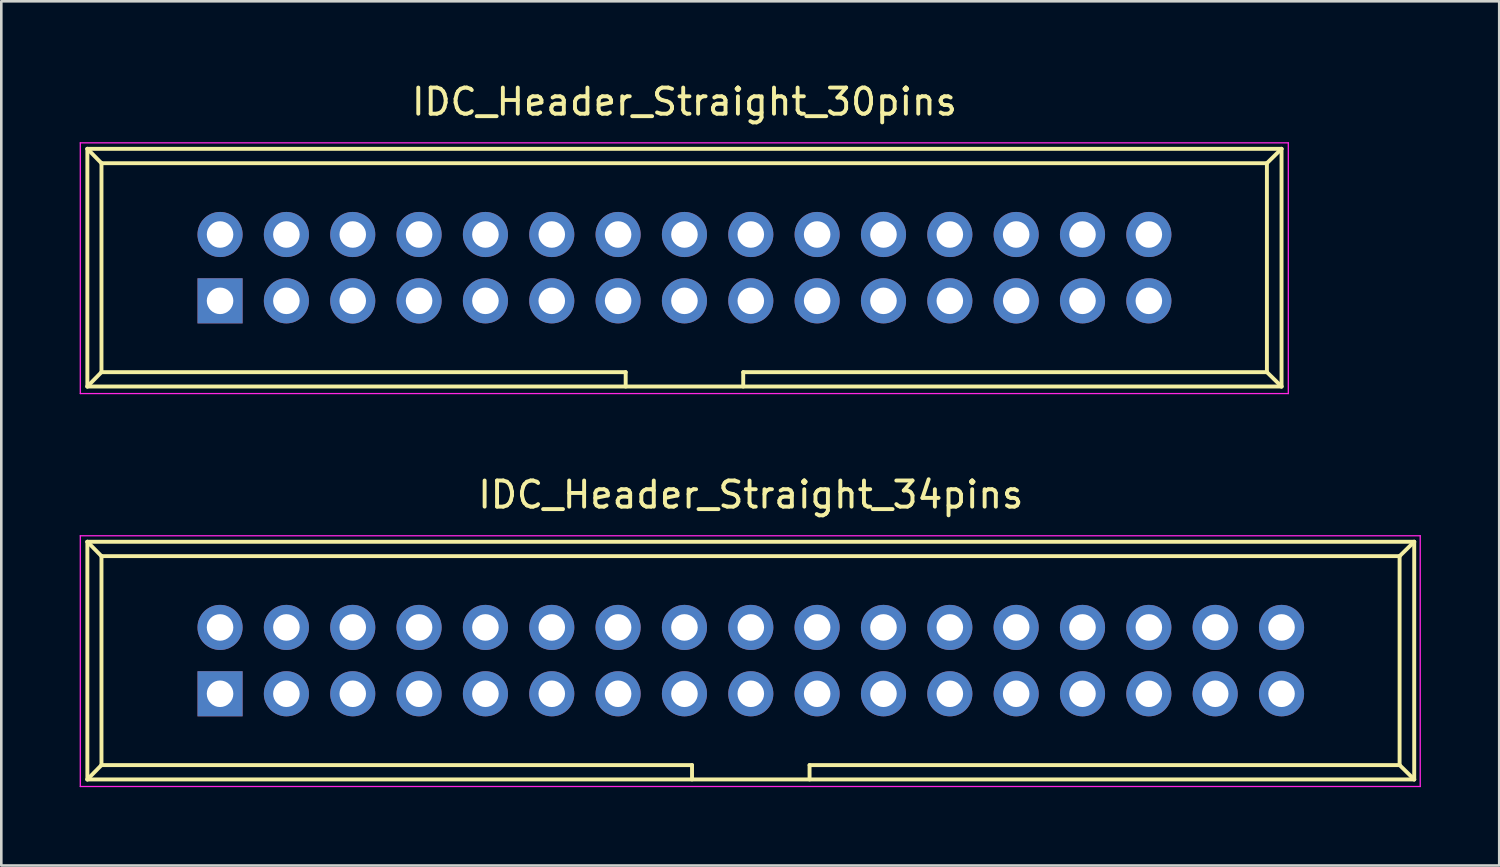
<source format=kicad_pcb>
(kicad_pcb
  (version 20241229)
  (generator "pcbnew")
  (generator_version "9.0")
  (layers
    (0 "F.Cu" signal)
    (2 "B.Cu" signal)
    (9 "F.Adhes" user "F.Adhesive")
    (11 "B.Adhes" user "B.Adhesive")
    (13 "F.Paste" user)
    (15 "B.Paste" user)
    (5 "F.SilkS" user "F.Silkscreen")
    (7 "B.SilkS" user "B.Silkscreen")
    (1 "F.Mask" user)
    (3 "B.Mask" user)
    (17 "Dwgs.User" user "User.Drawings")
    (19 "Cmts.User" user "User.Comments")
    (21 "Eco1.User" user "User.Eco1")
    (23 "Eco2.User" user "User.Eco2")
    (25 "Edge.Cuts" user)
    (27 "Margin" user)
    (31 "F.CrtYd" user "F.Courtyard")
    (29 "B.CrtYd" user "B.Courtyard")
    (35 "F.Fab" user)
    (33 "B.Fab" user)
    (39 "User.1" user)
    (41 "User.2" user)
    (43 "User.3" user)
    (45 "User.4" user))
  (footprint "IDC_Header_Straight_30pins"
    (layer "F.Cu")
    (at 5.375 8.468)
    (property "Reference" "IDC_Header_Straight_30pins" (at 17.78 -7.62 0) (layer "F.SilkS") (effects (font (size 1 1) (thickness 0.15))))
    (attr through_hole)
    (fp_line (start -5.08 -5.82) (end -5.08 3.28) (stroke (width 0.15) (type solid)) (layer "F.SilkS"))
    (fp_line (start -5.08 -5.82) (end -4.54 -5.27) (stroke (width 0.15) (type solid)) (layer "F.SilkS"))
    (fp_line (start -5.08 -5.82) (end 40.64 -5.82) (stroke (width 0.15) (type solid)) (layer "F.SilkS"))
    (fp_line (start -5.08 3.28) (end -4.54 2.73) (stroke (width 0.15) (type solid)) (layer "F.SilkS"))
    (fp_line (start -5.08 3.28) (end 40.64 3.28) (stroke (width 0.15) (type solid)) (layer "F.SilkS"))
    (fp_line (start -4.54 -5.27) (end -4.54 2.73) (stroke (width 0.15) (type solid)) (layer "F.SilkS"))
    (fp_line (start -4.54 -5.27) (end 40.08 -5.27) (stroke (width 0.15) (type solid)) (layer "F.SilkS"))
    (fp_line (start -4.54 2.73) (end 15.53 2.73) (stroke (width 0.15) (type solid)) (layer "F.SilkS"))
    (fp_line (start 15.53 2.73) (end 15.53 3.28) (stroke (width 0.15) (type solid)) (layer "F.SilkS"))
    (fp_line (start 20.03 2.73) (end 20.03 3.28) (stroke (width 0.15) (type solid)) (layer "F.SilkS"))
    (fp_line (start 20.03 2.73) (end 40.08 2.73) (stroke (width 0.15) (type solid)) (layer "F.SilkS"))
    (fp_line (start 40.08 -5.27) (end 40.08 2.73) (stroke (width 0.15) (type solid)) (layer "F.SilkS"))
    (fp_line (start 40.64 -5.82) (end 40.08 -5.27) (stroke (width 0.15) (type solid)) (layer "F.SilkS"))
    (fp_line (start 40.64 -5.82) (end 40.64 3.28) (stroke (width 0.15) (type solid)) (layer "F.SilkS"))
    (fp_line (start 40.64 3.28) (end 40.08 2.73) (stroke (width 0.15) (type solid)) (layer "F.SilkS"))
    (fp_line (start -5.35 -6.05) (end 40.9 -6.05) (stroke (width 0.05) (type solid)) (layer "F.CrtYd"))
    (fp_line (start -5.35 3.55) (end -5.35 -6.05) (stroke (width 0.05) (type solid)) (layer "F.CrtYd"))
    (fp_line (start 40.9 -6.05) (end 40.9 3.55) (stroke (width 0.05) (type solid)) (layer "F.CrtYd"))
    (fp_line (start 40.9 3.55) (end -5.35 3.55) (stroke (width 0.05) (type solid)) (layer "F.CrtYd"))
    (pad "1" thru_hole rect (at 0 0) (size 1.727 1.727) (drill 1.016) (layers "*.Cu" "*.Mask"))
    (pad "2" thru_hole oval (at 0 -2.54) (size 1.727 1.727) (drill 1.016) (layers "*.Cu" "*.Mask"))
    (pad "3" thru_hole oval (at 2.54 0) (size 1.727 1.727) (drill 1.016) (layers "*.Cu" "*.Mask"))
    (pad "4" thru_hole oval (at 2.54 -2.54) (size 1.727 1.727) (drill 1.016) (layers "*.Cu" "*.Mask"))
    (pad "5" thru_hole oval (at 5.08 0) (size 1.727 1.727) (drill 1.016) (layers "*.Cu" "*.Mask"))
    (pad "6" thru_hole oval (at 5.08 -2.54) (size 1.727 1.727) (drill 1.016) (layers "*.Cu" "*.Mask"))
    (pad "7" thru_hole oval (at 7.62 0) (size 1.727 1.727) (drill 1.016) (layers "*.Cu" "*.Mask"))
    (pad "8" thru_hole oval (at 7.62 -2.54) (size 1.727 1.727) (drill 1.016) (layers "*.Cu" "*.Mask"))
    (pad "9" thru_hole oval (at 10.16 0) (size 1.727 1.727) (drill 1.016) (layers "*.Cu" "*.Mask"))
    (pad "10" thru_hole oval (at 10.16 -2.54) (size 1.727 1.727) (drill 1.016) (layers "*.Cu" "*.Mask"))
    (pad "11" thru_hole oval (at 12.7 0) (size 1.727 1.727) (drill 1.016) (layers "*.Cu" "*.Mask"))
    (pad "12" thru_hole oval (at 12.7 -2.54) (size 1.727 1.727) (drill 1.016) (layers "*.Cu" "*.Mask"))
    (pad "13" thru_hole oval (at 15.24 0) (size 1.727 1.727) (drill 1.016) (layers "*.Cu" "*.Mask"))
    (pad "14" thru_hole oval (at 15.24 -2.54) (size 1.727 1.727) (drill 1.016) (layers "*.Cu" "*.Mask"))
    (pad "15" thru_hole oval (at 17.78 0) (size 1.727 1.727) (drill 1.016) (layers "*.Cu" "*.Mask"))
    (pad "16" thru_hole oval (at 17.78 -2.54) (size 1.727 1.727) (drill 1.016) (layers "*.Cu" "*.Mask"))
    (pad "17" thru_hole oval (at 20.32 0) (size 1.727 1.727) (drill 1.016) (layers "*.Cu" "*.Mask"))
    (pad "18" thru_hole oval (at 20.32 -2.54) (size 1.727 1.727) (drill 1.016) (layers "*.Cu" "*.Mask"))
    (pad "19" thru_hole oval (at 22.86 0) (size 1.727 1.727) (drill 1.016) (layers "*.Cu" "*.Mask"))
    (pad "20" thru_hole oval (at 22.86 -2.54) (size 1.727 1.727) (drill 1.016) (layers "*.Cu" "*.Mask"))
    (pad "21" thru_hole oval (at 25.4 0) (size 1.727 1.727) (drill 1.016) (layers "*.Cu" "*.Mask"))
    (pad "22" thru_hole oval (at 25.4 -2.54) (size 1.727 1.727) (drill 1.016) (layers "*.Cu" "*.Mask"))
    (pad "23" thru_hole oval (at 27.94 0) (size 1.727 1.727) (drill 1.016) (layers "*.Cu" "*.Mask"))
    (pad "24" thru_hole oval (at 27.94 -2.54) (size 1.727 1.727) (drill 1.016) (layers "*.Cu" "*.Mask"))
    (pad "25" thru_hole oval (at 30.48 0) (size 1.727 1.727) (drill 1.016) (layers "*.Cu" "*.Mask"))
    (pad "26" thru_hole oval (at 30.48 -2.54) (size 1.727 1.727) (drill 1.016) (layers "*.Cu" "*.Mask"))
    (pad "27" thru_hole oval (at 33.02 0) (size 1.727 1.727) (drill 1.016) (layers "*.Cu" "*.Mask"))
    (pad "28" thru_hole oval (at 33.02 -2.54) (size 1.727 1.727) (drill 1.016) (layers "*.Cu" "*.Mask"))
    (pad "29" thru_hole oval (at 35.56 0) (size 1.727 1.727) (drill 1.016) (layers "*.Cu" "*.Mask"))
    (pad "30" thru_hole oval (at 35.56 -2.54) (size 1.727 1.727) (drill 1.016) (layers "*.Cu" "*.Mask")))
  (footprint "IDC_Header_Straight_34pins"
    (layer "F.Cu")
    (at 5.375 23.512)
    (property "Reference" "IDC_Header_Straight_34pins" (at 20.32 -7.62 0) (layer "F.SilkS") (effects (font (size 1 1) (thickness 0.15))))
    (attr through_hole)
    (fp_line (start -5.08 -5.82) (end -5.08 3.28) (stroke (width 0.15) (type solid)) (layer "F.SilkS"))
    (fp_line (start -5.08 -5.82) (end -4.54 -5.27) (stroke (width 0.15) (type solid)) (layer "F.SilkS"))
    (fp_line (start -5.08 -5.82) (end 45.72 -5.82) (stroke (width 0.15) (type solid)) (layer "F.SilkS"))
    (fp_line (start -5.08 3.28) (end -4.54 2.73) (stroke (width 0.15) (type solid)) (layer "F.SilkS"))
    (fp_line (start -5.08 3.28) (end 45.72 3.28) (stroke (width 0.15) (type solid)) (layer "F.SilkS"))
    (fp_line (start -4.54 -5.27) (end -4.54 2.73) (stroke (width 0.15) (type solid)) (layer "F.SilkS"))
    (fp_line (start -4.54 -5.27) (end 45.16 -5.27) (stroke (width 0.15) (type solid)) (layer "F.SilkS"))
    (fp_line (start -4.54 2.73) (end 18.07 2.73) (stroke (width 0.15) (type solid)) (layer "F.SilkS"))
    (fp_line (start 18.07 2.73) (end 18.07 3.28) (stroke (width 0.15) (type solid)) (layer "F.SilkS"))
    (fp_line (start 22.57 2.73) (end 22.57 3.28) (stroke (width 0.15) (type solid)) (layer "F.SilkS"))
    (fp_line (start 22.57 2.73) (end 45.16 2.73) (stroke (width 0.15) (type solid)) (layer "F.SilkS"))
    (fp_line (start 45.16 -5.27) (end 45.16 2.73) (stroke (width 0.15) (type solid)) (layer "F.SilkS"))
    (fp_line (start 45.72 -5.82) (end 45.16 -5.27) (stroke (width 0.15) (type solid)) (layer "F.SilkS"))
    (fp_line (start 45.72 -5.82) (end 45.72 3.28) (stroke (width 0.15) (type solid)) (layer "F.SilkS"))
    (fp_line (start 45.72 3.28) (end 45.16 2.73) (stroke (width 0.15) (type solid)) (layer "F.SilkS"))
    (fp_line (start -5.35 -6.05) (end 45.95 -6.05) (stroke (width 0.05) (type solid)) (layer "F.CrtYd"))
    (fp_line (start -5.35 3.55) (end -5.35 -6.05) (stroke (width 0.05) (type solid)) (layer "F.CrtYd"))
    (fp_line (start 45.95 -6.05) (end 45.95 3.55) (stroke (width 0.05) (type solid)) (layer "F.CrtYd"))
    (fp_line (start 45.95 3.55) (end -5.35 3.55) (stroke (width 0.05) (type solid)) (layer "F.CrtYd"))
    (pad "1" thru_hole rect (at 0 0) (size 1.727 1.727) (drill 1.016) (layers "*.Cu" "*.Mask"))
    (pad "2" thru_hole oval (at 0 -2.54) (size 1.727 1.727) (drill 1.016) (layers "*.Cu" "*.Mask"))
    (pad "3" thru_hole oval (at 2.54 0) (size 1.727 1.727) (drill 1.016) (layers "*.Cu" "*.Mask"))
    (pad "4" thru_hole oval (at 2.54 -2.54) (size 1.727 1.727) (drill 1.016) (layers "*.Cu" "*.Mask"))
    (pad "5" thru_hole oval (at 5.08 0) (size 1.727 1.727) (drill 1.016) (layers "*.Cu" "*.Mask"))
    (pad "6" thru_hole oval (at 5.08 -2.54) (size 1.727 1.727) (drill 1.016) (layers "*.Cu" "*.Mask"))
    (pad "7" thru_hole oval (at 7.62 0) (size 1.727 1.727) (drill 1.016) (layers "*.Cu" "*.Mask"))
    (pad "8" thru_hole oval (at 7.62 -2.54) (size 1.727 1.727) (drill 1.016) (layers "*.Cu" "*.Mask"))
    (pad "9" thru_hole oval (at 10.16 0) (size 1.727 1.727) (drill 1.016) (layers "*.Cu" "*.Mask"))
    (pad "10" thru_hole oval (at 10.16 -2.54) (size 1.727 1.727) (drill 1.016) (layers "*.Cu" "*.Mask"))
    (pad "11" thru_hole oval (at 12.7 0) (size 1.727 1.727) (drill 1.016) (layers "*.Cu" "*.Mask"))
    (pad "12" thru_hole oval (at 12.7 -2.54) (size 1.727 1.727) (drill 1.016) (layers "*.Cu" "*.Mask"))
    (pad "13" thru_hole oval (at 15.24 0) (size 1.727 1.727) (drill 1.016) (layers "*.Cu" "*.Mask"))
    (pad "14" thru_hole oval (at 15.24 -2.54) (size 1.727 1.727) (drill 1.016) (layers "*.Cu" "*.Mask"))
    (pad "15" thru_hole oval (at 17.78 0) (size 1.727 1.727) (drill 1.016) (layers "*.Cu" "*.Mask"))
    (pad "16" thru_hole oval (at 17.78 -2.54) (size 1.727 1.727) (drill 1.016) (layers "*.Cu" "*.Mask"))
    (pad "17" thru_hole oval (at 20.32 0) (size 1.727 1.727) (drill 1.016) (layers "*.Cu" "*.Mask"))
    (pad "18" thru_hole oval (at 20.32 -2.54) (size 1.727 1.727) (drill 1.016) (layers "*.Cu" "*.Mask"))
    (pad "19" thru_hole oval (at 22.86 0) (size 1.727 1.727) (drill 1.016) (layers "*.Cu" "*.Mask"))
    (pad "20" thru_hole oval (at 22.86 -2.54) (size 1.727 1.727) (drill 1.016) (layers "*.Cu" "*.Mask"))
    (pad "21" thru_hole oval (at 25.4 0) (size 1.727 1.727) (drill 1.016) (layers "*.Cu" "*.Mask"))
    (pad "22" thru_hole oval (at 25.4 -2.54) (size 1.727 1.727) (drill 1.016) (layers "*.Cu" "*.Mask"))
    (pad "23" thru_hole oval (at 27.94 0) (size 1.727 1.727) (drill 1.016) (layers "*.Cu" "*.Mask"))
    (pad "24" thru_hole oval (at 27.94 -2.54) (size 1.727 1.727) (drill 1.016) (layers "*.Cu" "*.Mask"))
    (pad "25" thru_hole oval (at 30.48 0) (size 1.727 1.727) (drill 1.016) (layers "*.Cu" "*.Mask"))
    (pad "26" thru_hole oval (at 30.48 -2.54) (size 1.727 1.727) (drill 1.016) (layers "*.Cu" "*.Mask"))
    (pad "27" thru_hole oval (at 33.02 0) (size 1.727 1.727) (drill 1.016) (layers "*.Cu" "*.Mask"))
    (pad "28" thru_hole oval (at 33.02 -2.54) (size 1.727 1.727) (drill 1.016) (layers "*.Cu" "*.Mask"))
    (pad "29" thru_hole oval (at 35.56 0) (size 1.727 1.727) (drill 1.016) (layers "*.Cu" "*.Mask"))
    (pad "30" thru_hole oval (at 35.56 -2.54) (size 1.727 1.727) (drill 1.016) (layers "*.Cu" "*.Mask"))
    (pad "31" thru_hole oval (at 38.1 0) (size 1.727 1.727) (drill 1.016) (layers "*.Cu" "*.Mask"))
    (pad "32" thru_hole oval (at 38.1 -2.54) (size 1.727 1.727) (drill 1.016) (layers "*.Cu" "*.Mask"))
    (pad "33" thru_hole oval (at 40.64 0) (size 1.727 1.727) (drill 1.016) (layers "*.Cu" "*.Mask"))
    (pad "34" thru_hole oval (at 40.64 -2.54) (size 1.727 1.727) (drill 1.016) (layers "*.Cu" "*.Mask")))
  (gr_rect
    (start -3 -3)
    (end 54.35 30.087)
    (stroke (width 0.1) (type default))
    (fill no)
    (layer "Edge.Cuts")))
</source>
